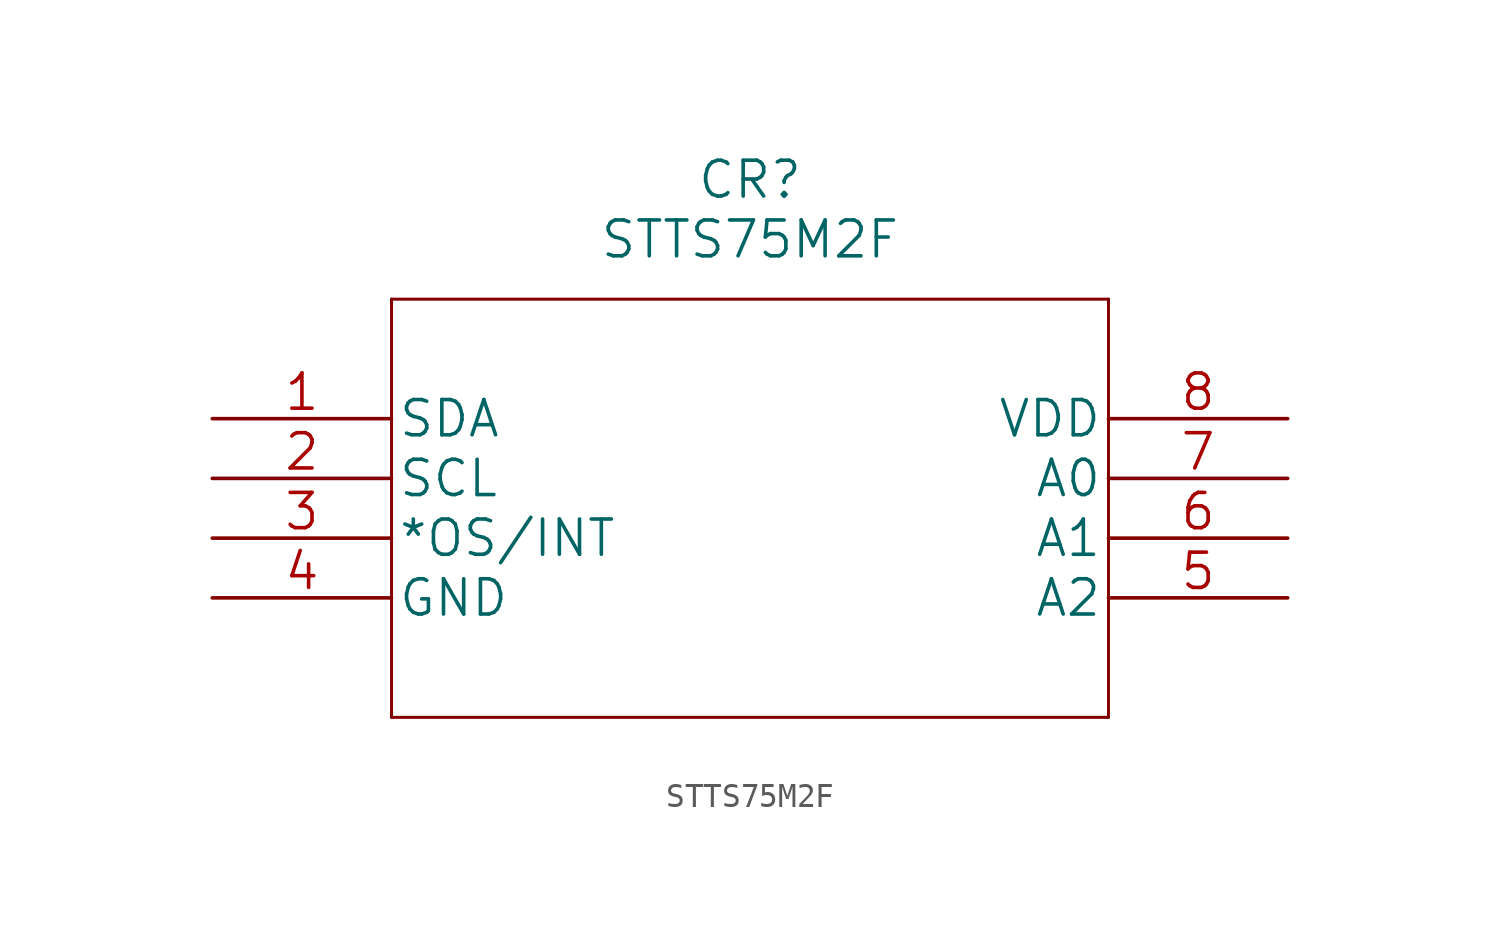
<source format=kicad_sym>
(kicad_symbol_lib
  (version 20211014)
  (generator kicad_symbol_editor)
  (symbol "STTS75M2F"
    (pin_names
      (offset 0.254))
    (property "Reference" "CR"
      (at 22.86 10.16 0)
      (effects (font (size 1.524 1.524))))
    (property "Value" "STTS75M2F"
      (at 22.86 7.62 0)
      (effects (font (size 1.524 1.524))))
    (property "Datasheet" ""
      (at 0 0 0)
      (effects (font (size 1.524 1.524))))
    (property "ki_locked" ""
      (at 0 0 0)
      (effects (font (size 1.27 1.27))))
    (symbol "STTS75M2F_1_1"
      (polyline (pts (xy 7.62 -12.7) (xy 38.1 -12.7)) (stroke (width 0.127) (type default) (color 0 0 0 0)) (fill (type none)))
      (polyline (pts (xy 7.62 5.08) (xy 7.62 -12.7)) (stroke (width 0.127) (type default) (color 0 0 0 0)) (fill (type none)))
      (polyline (pts (xy 38.1 -12.7) (xy 38.1 5.08)) (stroke (width 0.127) (type default) (color 0 0 0 0)) (fill (type none)))
      (polyline (pts (xy 38.1 5.08) (xy 7.62 5.08)) (stroke (width 0.127) (type default) (color 0 0 0 0)) (fill (type none)))
      (pin unspecified line (at 0 0 0) (length 7.62) (name "SDA" (effects (font (size 1.499 1.499)))) (number "1" (effects (font (size 1.499 1.499)))))
      (pin input line (at 0 -2.54 0) (length 7.62) (name "SCL" (effects (font (size 1.499 1.499)))) (number "2" (effects (font (size 1.499 1.499)))))
      (pin output line (at 0 -5.08 0) (length 7.62) (name "*OS/INT" (effects (font (size 1.499 1.499)))) (number "3" (effects (font (size 1.499 1.499)))))
      (pin power_in line (at 0 -7.62 0) (length 7.62) (name "GND" (effects (font (size 1.499 1.499)))) (number "4" (effects (font (size 1.499 1.499)))))
      (pin input line (at 45.72 -7.62 180) (length 7.62) (name "A2" (effects (font (size 1.499 1.499)))) (number "5" (effects (font (size 1.499 1.499)))))
      (pin input line (at 45.72 -5.08 180) (length 7.62) (name "A1" (effects (font (size 1.499 1.499)))) (number "6" (effects (font (size 1.499 1.499)))))
      (pin input line (at 45.72 -2.54 180) (length 7.62) (name "A0" (effects (font (size 1.499 1.499)))) (number "7" (effects (font (size 1.499 1.499)))))
      (pin power_in line (at 45.72 0 180) (length 7.62) (name "VDD" (effects (font (size 1.499 1.499)))) (number "8" (effects (font (size 1.499 1.499))))))))
</source>
